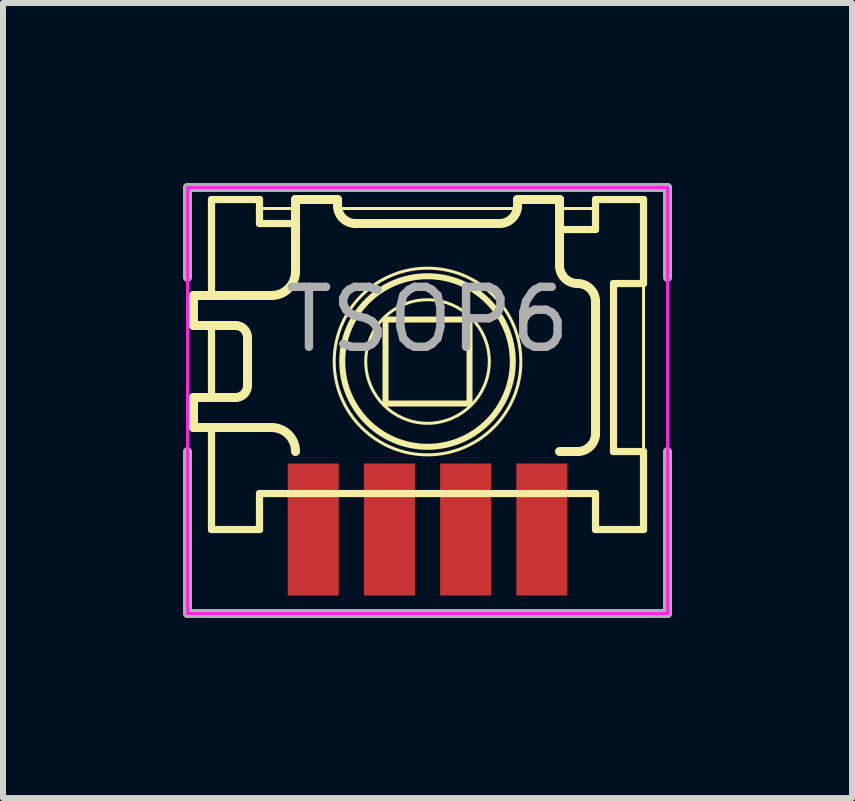
<source format=kicad_pcb>
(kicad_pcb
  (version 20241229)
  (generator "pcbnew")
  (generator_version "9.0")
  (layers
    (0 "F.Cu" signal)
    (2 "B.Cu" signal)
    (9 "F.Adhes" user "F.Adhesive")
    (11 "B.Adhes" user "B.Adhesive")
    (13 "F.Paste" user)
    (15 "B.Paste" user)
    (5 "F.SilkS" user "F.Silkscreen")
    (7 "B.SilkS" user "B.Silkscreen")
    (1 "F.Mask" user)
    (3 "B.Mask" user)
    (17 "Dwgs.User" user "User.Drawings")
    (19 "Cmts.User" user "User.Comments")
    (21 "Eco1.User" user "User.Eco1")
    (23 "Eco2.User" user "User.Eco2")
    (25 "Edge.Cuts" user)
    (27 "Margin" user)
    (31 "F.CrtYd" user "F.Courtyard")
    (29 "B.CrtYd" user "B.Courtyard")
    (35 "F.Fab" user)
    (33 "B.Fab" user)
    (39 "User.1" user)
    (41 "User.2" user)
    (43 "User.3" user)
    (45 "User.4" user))
  (footprint "TSOP6"
    (layer "F.Cu")
    (at 4.075 5.775)
    (property "Reference" "TSOP6" (at 0 -3.5 0) (layer "F.Fab") (effects (font (size 1 1) (thickness 0.14))))
    (attr through_hole)
    (fp_line (start -3.9 -3.8) (end -3.9 -3.9) (stroke (width 0.15) (type solid)) (layer "F.SilkS"))
    (fp_line (start -3.9 -3.8) (end -3.9 -3.4) (stroke (width 0.15) (type solid)) (layer "F.SilkS"))
    (fp_line (start -3.9 -3.4) (end -3.8 -3.4) (stroke (width 0.15) (type solid)) (layer "F.SilkS"))
    (fp_line (start -3.9 -2.2) (end -3.9 -1.8) (stroke (width 0.15) (type solid)) (layer "F.SilkS"))
    (fp_line (start -3.9 -1.8) (end -3.9 -1.7) (stroke (width 0.15) (type solid)) (layer "F.SilkS"))
    (fp_line (start -3.9 -1.7) (end -3.8 -1.7) (stroke (width 0.15) (type solid)) (layer "F.SilkS"))
    (fp_line (start -3.8 -3.9) (end -3.9 -3.9) (stroke (width 0.15) (type solid)) (layer "F.SilkS"))
    (fp_line (start -3.8 -3.9) (end -2.6 -3.9) (stroke (width 0.15) (type solid)) (layer "F.SilkS"))
    (fp_line (start -3.8 -2.2) (end -3.9 -2.2) (stroke (width 0.15) (type solid)) (layer "F.SilkS"))
    (fp_line (start -3.8 -2.2) (end -3.2 -2.2) (stroke (width 0.15) (type solid)) (layer "F.SilkS"))
    (fp_line (start -3.6 -5.5) (end -2.8 -5.5) (stroke (width 0.12) (type solid)) (layer "F.SilkS"))
    (fp_line (start -3.6 -3.9) (end -3.6 -5.5) (stroke (width 0.12) (type solid)) (layer "F.SilkS"))
    (fp_line (start -3.6 -2.2) (end -3.6 -3.4) (stroke (width 0.12) (type solid)) (layer "F.SilkS"))
    (fp_line (start -3.6 0) (end -3.6 -1.7) (stroke (width 0.12) (type solid)) (layer "F.SilkS"))
    (fp_line (start -3.2 -3.4) (end -3.8 -3.4) (stroke (width 0.15) (type solid)) (layer "F.SilkS"))
    (fp_line (start -3 -3.2) (end -3 -2.4) (stroke (width 0.15) (type solid)) (layer "F.SilkS"))
    (fp_line (start -2.8 -5.5) (end -2.8 -5.1) (stroke (width 0.12) (type solid)) (layer "F.SilkS"))
    (fp_line (start -2.8 -5.35) (end -2.25 -5.35) (stroke (width 0.05) (type solid)) (layer "F.SilkS"))
    (fp_line (start -2.8 -5.1) (end -2.2 -5.1) (stroke (width 0.12) (type solid)) (layer "F.SilkS"))
    (fp_line (start -2.8 -0.6) (end -2.8 0) (stroke (width 0.12) (type solid)) (layer "F.SilkS"))
    (fp_line (start -2.8 0) (end -3.6 0) (stroke (width 0.12) (type solid)) (layer "F.SilkS"))
    (fp_line (start -2.6 -1.7) (end -3.8 -1.7) (stroke (width 0.15) (type solid)) (layer "F.SilkS"))
    (fp_line (start -2.2 -5.5) (end -1.5 -5.5) (stroke (width 0.15) (type solid)) (layer "F.SilkS"))
    (fp_line (start -2.2 -4.3) (end -2.2 -5.5) (stroke (width 0.15) (type solid)) (layer "F.SilkS"))
    (fp_line (start -1.5 -5.5) (end -1.5 -5.4) (stroke (width 0.15) (type solid)) (layer "F.SilkS"))
    (fp_line (start -1.45 -5.35) (end 1.45 -5.35) (stroke (width 0.05) (type solid)) (layer "F.SilkS"))
    (fp_line (start -0.7 -3.5) (end -0.7 -2.1) (stroke (width 0.1) (type solid)) (layer "F.SilkS"))
    (fp_line (start -0.7 -2.1) (end 0.7 -2.1) (stroke (width 0.1) (type solid)) (layer "F.SilkS"))
    (fp_line (start 0.7 -3.5) (end -0.7 -3.5) (stroke (width 0.1) (type solid)) (layer "F.SilkS"))
    (fp_line (start 0.7 -2.1) (end 0.7 -3.5) (stroke (width 0.1) (type solid)) (layer "F.SilkS"))
    (fp_line (start 1.2 -5.1) (end -1.2 -5.1) (stroke (width 0.15) (type solid)) (layer "F.SilkS"))
    (fp_line (start 1.5 -5.5) (end 2.2 -5.5) (stroke (width 0.15) (type solid)) (layer "F.SilkS"))
    (fp_line (start 1.5 -5.4) (end 1.5 -5.5) (stroke (width 0.15) (type solid)) (layer "F.SilkS"))
    (fp_line (start 2.2 -5.5) (end 2.2 -5.4) (stroke (width 0.15) (type solid)) (layer "F.SilkS"))
    (fp_line (start 2.2 -5.4) (end 2.2 -4.4) (stroke (width 0.15) (type solid)) (layer "F.SilkS"))
    (fp_line (start 2.2 -5.35) (end 2.8 -5.35) (stroke (width 0.05) (type solid)) (layer "F.SilkS"))
    (fp_line (start 2.5 -1.3) (end 2.2 -1.3) (stroke (width 0.15) (type solid)) (layer "F.SilkS"))
    (fp_line (start 2.5 -0.6) (end -2.8 -0.6) (stroke (width 0.12) (type solid)) (layer "F.SilkS"))
    (fp_line (start 2.8 -5.5) (end 3.6 -5.5) (stroke (width 0.12) (type solid)) (layer "F.SilkS"))
    (fp_line (start 2.8 -5) (end 2.2 -5) (stroke (width 0.12) (type solid)) (layer "F.SilkS"))
    (fp_line (start 2.8 -5) (end 2.8 -5.5) (stroke (width 0.12) (type solid)) (layer "F.SilkS"))
    (fp_line (start 2.8 -3.8) (end 2.8 -1.6) (stroke (width 0.15) (type solid)) (layer "F.SilkS"))
    (fp_line (start 2.8 -0.6) (end 2.5 -0.6) (stroke (width 0.12) (type solid)) (layer "F.SilkS"))
    (fp_line (start 2.8 -0.6) (end 2.8 0) (stroke (width 0.12) (type solid)) (layer "F.SilkS"))
    (fp_line (start 3.1 -4.1) (end 3.1 -1.3) (stroke (width 0.12) (type solid)) (layer "F.SilkS"))
    (fp_line (start 3.1 -4.1) (end 3.6 -4.1) (stroke (width 0.12) (type solid)) (layer "F.SilkS"))
    (fp_line (start 3.1 -1.3) (end 3.6 -1.3) (stroke (width 0.12) (type solid)) (layer "F.SilkS"))
    (fp_line (start 3.6 -4.1) (end 3.6 -5.5) (stroke (width 0.12) (type solid)) (layer "F.SilkS"))
    (fp_line (start 3.6 -4.1) (end 3.6 -1.3) (stroke (width 0.05) (type solid)) (layer "F.SilkS"))
    (fp_line (start 3.6 -1.3) (end 3.6 0) (stroke (width 0.12) (type solid)) (layer "F.SilkS"))
    (fp_line (start 3.6 0) (end 2.8 0) (stroke (width 0.12) (type solid)) (layer "F.SilkS"))
    (fp_arc (start -3.2 -3.4) (mid -3.058579 -3.341421) (end -3 -3.2) (stroke (width 0.15) (type solid)) (layer "F.SilkS"))
    (fp_arc (start -3 -2.4) (mid -3.058579 -2.258579) (end -3.2 -2.2) (stroke (width 0.15) (type solid)) (layer "F.SilkS"))
    (fp_arc (start -2.6 -1.7) (mid -2.317157 -1.582843) (end -2.2 -1.3) (stroke (width 0.15) (type solid)) (layer "F.SilkS"))
    (fp_arc (start -2.2 -4.3) (mid -2.317157 -4.017157) (end -2.6 -3.9) (stroke (width 0.15) (type solid)) (layer "F.SilkS"))
    (fp_arc (start -1.2 -5.1) (mid -1.412132 -5.187868) (end -1.5 -5.4) (stroke (width 0.15) (type solid)) (layer "F.SilkS"))
    (fp_arc (start 1.5 -5.4) (mid 1.412132 -5.187868) (end 1.2 -5.1) (stroke (width 0.15) (type solid)) (layer "F.SilkS"))
    (fp_arc (start 2.5 -4.1) (mid 2.287868 -4.187868) (end 2.2 -4.4) (stroke (width 0.15) (type solid)) (layer "F.SilkS"))
    (fp_arc (start 2.5 -4.1) (mid 2.712132 -4.012132) (end 2.8 -3.8) (stroke (width 0.15) (type solid)) (layer "F.SilkS"))
    (fp_arc (start 2.8 -1.6) (mid 2.712132 -1.387868) (end 2.5 -1.3) (stroke (width 0.15) (type solid)) (layer "F.SilkS"))
    (fp_circle (center 0 -2.8) (end 0.5 -1.9) (stroke (width 0.05) (type solid)) (fill no) (layer "F.SilkS"))
    (fp_circle (center 0 -2.8) (end 0.9 -1.7) (stroke (width 0.1) (type solid)) (fill no) (layer "F.SilkS"))
    (fp_circle (center 0 -2.8) (end 1.1 -1.7) (stroke (width 0.05) (type solid)) (fill no) (layer "F.SilkS"))
    (fp_line (start -4 -5.7) (end -4 1.4) (stroke (width 0.05) (type solid)) (layer "F.CrtYd"))
    (fp_line (start -4 1.4) (end 4 1.4) (stroke (width 0.05) (type solid)) (layer "F.CrtYd"))
    (fp_line (start 4 -5.7) (end -4 -5.7) (stroke (width 0.05) (type solid)) (layer "F.CrtYd"))
    (fp_line (start 4 1.4) (end 4 -5.7) (stroke (width 0.05) (type solid)) (layer "F.CrtYd"))
    (fp_line (start -4 -5.7) (end -4 -4.2) (stroke (width 0.15) (type solid)) (layer "F.Fab"))
    (fp_line (start -4 -1.3) (end -4 -0.8) (stroke (width 0.15) (type solid)) (layer "F.Fab"))
    (fp_line (start -4 -0.8) (end -4 1.2) (stroke (width 0.15) (type solid)) (layer "F.Fab"))
    (fp_line (start -4 1.2) (end -4 1.4) (stroke (width 0.15) (type solid)) (layer "F.Fab"))
    (fp_line (start -4 1.4) (end 4 1.4) (stroke (width 0.15) (type solid)) (layer "F.Fab"))
    (fp_line (start 4 -5.7) (end -4 -5.7) (stroke (width 0.15) (type solid)) (layer "F.Fab"))
    (fp_line (start 4 -5.7) (end 4 -4.2) (stroke (width 0.15) (type solid)) (layer "F.Fab"))
    (fp_line (start 4 1.4) (end 4 -1.3) (stroke (width 0.15) (type solid)) (layer "F.Fab"))
    (pad "" smd rect (at -0.635 0) (size 0.85 2.2) (layers "F.Cu" "F.Mask" "F.Paste"))
    (pad "1" smd rect (at -1.905 0) (size 0.85 2.2) (layers "F.Cu" "F.Mask" "F.Paste"))
    (pad "2" smd rect (at 0.635 0) (size 0.85 2.2) (layers "F.Cu" "F.Mask" "F.Paste"))
    (pad "3" smd rect (at 1.905 0) (size 0.85 2.2) (layers "F.Cu" "F.Mask" "F.Paste")))
  (gr_rect
    (start -3 -3)
    (end 11.15 10.25)
    (stroke (width 0.1) (type default))
    (fill no)
    (layer "Edge.Cuts")))
</source>
